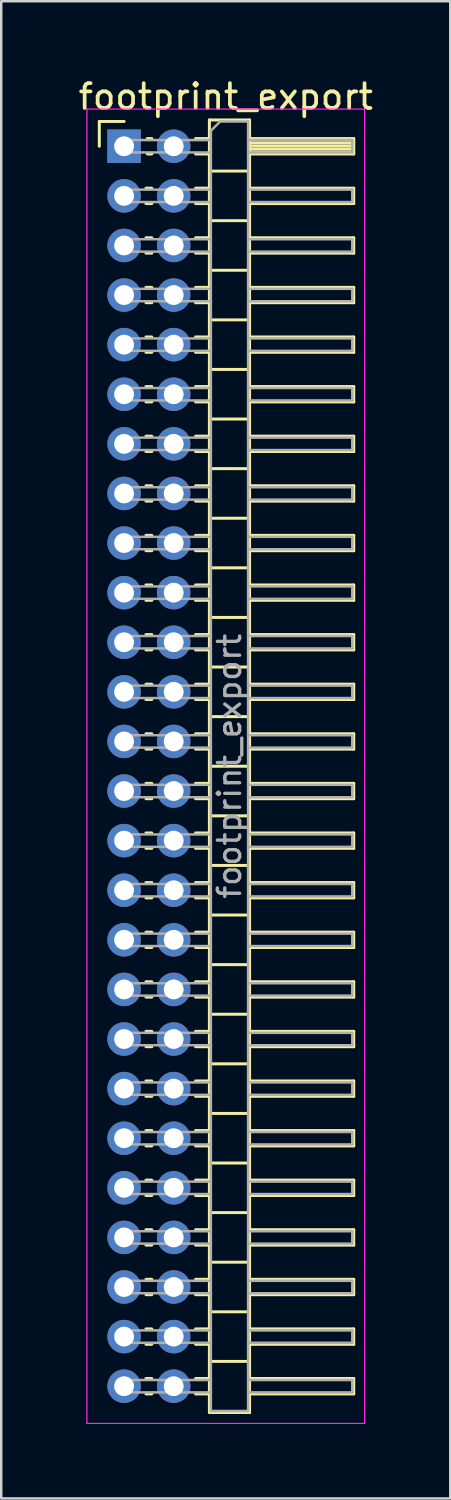
<source format=kicad_pcb>
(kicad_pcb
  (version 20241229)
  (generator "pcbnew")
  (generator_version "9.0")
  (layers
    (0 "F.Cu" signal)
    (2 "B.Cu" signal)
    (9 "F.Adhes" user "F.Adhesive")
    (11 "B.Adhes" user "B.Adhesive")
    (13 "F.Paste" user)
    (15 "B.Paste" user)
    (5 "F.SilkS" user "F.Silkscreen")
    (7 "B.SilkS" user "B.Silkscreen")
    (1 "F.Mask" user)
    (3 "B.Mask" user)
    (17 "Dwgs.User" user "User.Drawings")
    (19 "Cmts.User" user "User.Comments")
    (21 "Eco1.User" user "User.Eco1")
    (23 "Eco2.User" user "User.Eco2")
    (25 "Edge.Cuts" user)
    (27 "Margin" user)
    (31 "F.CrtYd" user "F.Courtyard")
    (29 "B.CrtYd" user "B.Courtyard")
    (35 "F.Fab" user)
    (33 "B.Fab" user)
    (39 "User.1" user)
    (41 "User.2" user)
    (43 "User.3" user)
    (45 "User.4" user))
  (footprint "footprint_export"
    (layer "F.Cu")
    (at 1.954 2.848)
    (property "Reference" "footprint_export" (at 4.1 -2 0) (layer "F.SilkS") (effects (font (size 1 1) (thickness 0.15))))
    (attr through_hole)
    (fp_line (start -1 -1) (end 0 -1) (stroke (width 0.12) (type solid)) (layer "F.SilkS"))
    (fp_line (start -1 0) (end -1 -1) (stroke (width 0.12) (type solid)) (layer "F.SilkS"))
    (fp_line (start 0.882 1.69) (end 1.118 1.69) (stroke (width 0.12) (type solid)) (layer "F.SilkS"))
    (fp_line (start 0.882 2.31) (end 1.118 2.31) (stroke (width 0.12) (type solid)) (layer "F.SilkS"))
    (fp_line (start 0.882 3.69) (end 1.118 3.69) (stroke (width 0.12) (type solid)) (layer "F.SilkS"))
    (fp_line (start 0.882 4.31) (end 1.118 4.31) (stroke (width 0.12) (type solid)) (layer "F.SilkS"))
    (fp_line (start 0.882 5.69) (end 1.118 5.69) (stroke (width 0.12) (type solid)) (layer "F.SilkS"))
    (fp_line (start 0.882 6.31) (end 1.118 6.31) (stroke (width 0.12) (type solid)) (layer "F.SilkS"))
    (fp_line (start 0.882 7.69) (end 1.118 7.69) (stroke (width 0.12) (type solid)) (layer "F.SilkS"))
    (fp_line (start 0.882 8.31) (end 1.118 8.31) (stroke (width 0.12) (type solid)) (layer "F.SilkS"))
    (fp_line (start 0.882 9.69) (end 1.118 9.69) (stroke (width 0.12) (type solid)) (layer "F.SilkS"))
    (fp_line (start 0.882 10.31) (end 1.118 10.31) (stroke (width 0.12) (type solid)) (layer "F.SilkS"))
    (fp_line (start 0.882 11.69) (end 1.118 11.69) (stroke (width 0.12) (type solid)) (layer "F.SilkS"))
    (fp_line (start 0.882 12.31) (end 1.118 12.31) (stroke (width 0.12) (type solid)) (layer "F.SilkS"))
    (fp_line (start 0.882 13.69) (end 1.118 13.69) (stroke (width 0.12) (type solid)) (layer "F.SilkS"))
    (fp_line (start 0.882 14.31) (end 1.118 14.31) (stroke (width 0.12) (type solid)) (layer "F.SilkS"))
    (fp_line (start 0.882 15.69) (end 1.118 15.69) (stroke (width 0.12) (type solid)) (layer "F.SilkS"))
    (fp_line (start 0.882 16.31) (end 1.118 16.31) (stroke (width 0.12) (type solid)) (layer "F.SilkS"))
    (fp_line (start 0.882 17.69) (end 1.118 17.69) (stroke (width 0.12) (type solid)) (layer "F.SilkS"))
    (fp_line (start 0.882 18.31) (end 1.118 18.31) (stroke (width 0.12) (type solid)) (layer "F.SilkS"))
    (fp_line (start 0.882 19.69) (end 1.118 19.69) (stroke (width 0.12) (type solid)) (layer "F.SilkS"))
    (fp_line (start 0.882 20.31) (end 1.118 20.31) (stroke (width 0.12) (type solid)) (layer "F.SilkS"))
    (fp_line (start 0.882 21.69) (end 1.118 21.69) (stroke (width 0.12) (type solid)) (layer "F.SilkS"))
    (fp_line (start 0.882 22.31) (end 1.118 22.31) (stroke (width 0.12) (type solid)) (layer "F.SilkS"))
    (fp_line (start 0.882 23.69) (end 1.118 23.69) (stroke (width 0.12) (type solid)) (layer "F.SilkS"))
    (fp_line (start 0.882 24.31) (end 1.118 24.31) (stroke (width 0.12) (type solid)) (layer "F.SilkS"))
    (fp_line (start 0.882 25.69) (end 1.118 25.69) (stroke (width 0.12) (type solid)) (layer "F.SilkS"))
    (fp_line (start 0.882 26.31) (end 1.118 26.31) (stroke (width 0.12) (type solid)) (layer "F.SilkS"))
    (fp_line (start 0.882 27.69) (end 1.118 27.69) (stroke (width 0.12) (type solid)) (layer "F.SilkS"))
    (fp_line (start 0.882 28.31) (end 1.118 28.31) (stroke (width 0.12) (type solid)) (layer "F.SilkS"))
    (fp_line (start 0.882 29.69) (end 1.118 29.69) (stroke (width 0.12) (type solid)) (layer "F.SilkS"))
    (fp_line (start 0.882 30.31) (end 1.118 30.31) (stroke (width 0.12) (type solid)) (layer "F.SilkS"))
    (fp_line (start 0.882 31.69) (end 1.118 31.69) (stroke (width 0.12) (type solid)) (layer "F.SilkS"))
    (fp_line (start 0.882 32.31) (end 1.118 32.31) (stroke (width 0.12) (type solid)) (layer "F.SilkS"))
    (fp_line (start 0.882 33.69) (end 1.118 33.69) (stroke (width 0.12) (type solid)) (layer "F.SilkS"))
    (fp_line (start 0.882 34.31) (end 1.118 34.31) (stroke (width 0.12) (type solid)) (layer "F.SilkS"))
    (fp_line (start 0.882 35.69) (end 1.118 35.69) (stroke (width 0.12) (type solid)) (layer "F.SilkS"))
    (fp_line (start 0.882 36.31) (end 1.118 36.31) (stroke (width 0.12) (type solid)) (layer "F.SilkS"))
    (fp_line (start 0.882 37.69) (end 1.118 37.69) (stroke (width 0.12) (type solid)) (layer "F.SilkS"))
    (fp_line (start 0.882 38.31) (end 1.118 38.31) (stroke (width 0.12) (type solid)) (layer "F.SilkS"))
    (fp_line (start 0.882 39.69) (end 1.118 39.69) (stroke (width 0.12) (type solid)) (layer "F.SilkS"))
    (fp_line (start 0.882 40.31) (end 1.118 40.31) (stroke (width 0.12) (type solid)) (layer "F.SilkS"))
    (fp_line (start 0.882 41.69) (end 1.118 41.69) (stroke (width 0.12) (type solid)) (layer "F.SilkS"))
    (fp_line (start 0.882 42.31) (end 1.118 42.31) (stroke (width 0.12) (type solid)) (layer "F.SilkS"))
    (fp_line (start 0.882 43.69) (end 1.118 43.69) (stroke (width 0.12) (type solid)) (layer "F.SilkS"))
    (fp_line (start 0.882 44.31) (end 1.118 44.31) (stroke (width 0.12) (type solid)) (layer "F.SilkS"))
    (fp_line (start 0.882 45.69) (end 1.118 45.69) (stroke (width 0.12) (type solid)) (layer "F.SilkS"))
    (fp_line (start 0.882 46.31) (end 1.118 46.31) (stroke (width 0.12) (type solid)) (layer "F.SilkS"))
    (fp_line (start 0.882 47.69) (end 1.118 47.69) (stroke (width 0.12) (type solid)) (layer "F.SilkS"))
    (fp_line (start 0.882 48.31) (end 1.118 48.31) (stroke (width 0.12) (type solid)) (layer "F.SilkS"))
    (fp_line (start 0.882 49.69) (end 1.118 49.69) (stroke (width 0.12) (type solid)) (layer "F.SilkS"))
    (fp_line (start 0.882 50.31) (end 1.118 50.31) (stroke (width 0.12) (type solid)) (layer "F.SilkS"))
    (fp_line (start 0.935 -0.31) (end 1.118 -0.31) (stroke (width 0.12) (type solid)) (layer "F.SilkS"))
    (fp_line (start 0.935 0.31) (end 1.118 0.31) (stroke (width 0.12) (type solid)) (layer "F.SilkS"))
    (fp_line (start 2.882 -0.31) (end 3.44 -0.31) (stroke (width 0.12) (type solid)) (layer "F.SilkS"))
    (fp_line (start 2.882 0.31) (end 3.44 0.31) (stroke (width 0.12) (type solid)) (layer "F.SilkS"))
    (fp_line (start 2.882 1.69) (end 3.44 1.69) (stroke (width 0.12) (type solid)) (layer "F.SilkS"))
    (fp_line (start 2.882 2.31) (end 3.44 2.31) (stroke (width 0.12) (type solid)) (layer "F.SilkS"))
    (fp_line (start 2.882 3.69) (end 3.44 3.69) (stroke (width 0.12) (type solid)) (layer "F.SilkS"))
    (fp_line (start 2.882 4.31) (end 3.44 4.31) (stroke (width 0.12) (type solid)) (layer "F.SilkS"))
    (fp_line (start 2.882 5.69) (end 3.44 5.69) (stroke (width 0.12) (type solid)) (layer "F.SilkS"))
    (fp_line (start 2.882 6.31) (end 3.44 6.31) (stroke (width 0.12) (type solid)) (layer "F.SilkS"))
    (fp_line (start 2.882 7.69) (end 3.44 7.69) (stroke (width 0.12) (type solid)) (layer "F.SilkS"))
    (fp_line (start 2.882 8.31) (end 3.44 8.31) (stroke (width 0.12) (type solid)) (layer "F.SilkS"))
    (fp_line (start 2.882 9.69) (end 3.44 9.69) (stroke (width 0.12) (type solid)) (layer "F.SilkS"))
    (fp_line (start 2.882 10.31) (end 3.44 10.31) (stroke (width 0.12) (type solid)) (layer "F.SilkS"))
    (fp_line (start 2.882 11.69) (end 3.44 11.69) (stroke (width 0.12) (type solid)) (layer "F.SilkS"))
    (fp_line (start 2.882 12.31) (end 3.44 12.31) (stroke (width 0.12) (type solid)) (layer "F.SilkS"))
    (fp_line (start 2.882 13.69) (end 3.44 13.69) (stroke (width 0.12) (type solid)) (layer "F.SilkS"))
    (fp_line (start 2.882 14.31) (end 3.44 14.31) (stroke (width 0.12) (type solid)) (layer "F.SilkS"))
    (fp_line (start 2.882 15.69) (end 3.44 15.69) (stroke (width 0.12) (type solid)) (layer "F.SilkS"))
    (fp_line (start 2.882 16.31) (end 3.44 16.31) (stroke (width 0.12) (type solid)) (layer "F.SilkS"))
    (fp_line (start 2.882 17.69) (end 3.44 17.69) (stroke (width 0.12) (type solid)) (layer "F.SilkS"))
    (fp_line (start 2.882 18.31) (end 3.44 18.31) (stroke (width 0.12) (type solid)) (layer "F.SilkS"))
    (fp_line (start 2.882 19.69) (end 3.44 19.69) (stroke (width 0.12) (type solid)) (layer "F.SilkS"))
    (fp_line (start 2.882 20.31) (end 3.44 20.31) (stroke (width 0.12) (type solid)) (layer "F.SilkS"))
    (fp_line (start 2.882 21.69) (end 3.44 21.69) (stroke (width 0.12) (type solid)) (layer "F.SilkS"))
    (fp_line (start 2.882 22.31) (end 3.44 22.31) (stroke (width 0.12) (type solid)) (layer "F.SilkS"))
    (fp_line (start 2.882 23.69) (end 3.44 23.69) (stroke (width 0.12) (type solid)) (layer "F.SilkS"))
    (fp_line (start 2.882 24.31) (end 3.44 24.31) (stroke (width 0.12) (type solid)) (layer "F.SilkS"))
    (fp_line (start 2.882 25.69) (end 3.44 25.69) (stroke (width 0.12) (type solid)) (layer "F.SilkS"))
    (fp_line (start 2.882 26.31) (end 3.44 26.31) (stroke (width 0.12) (type solid)) (layer "F.SilkS"))
    (fp_line (start 2.882 27.69) (end 3.44 27.69) (stroke (width 0.12) (type solid)) (layer "F.SilkS"))
    (fp_line (start 2.882 28.31) (end 3.44 28.31) (stroke (width 0.12) (type solid)) (layer "F.SilkS"))
    (fp_line (start 2.882 29.69) (end 3.44 29.69) (stroke (width 0.12) (type solid)) (layer "F.SilkS"))
    (fp_line (start 2.882 30.31) (end 3.44 30.31) (stroke (width 0.12) (type solid)) (layer "F.SilkS"))
    (fp_line (start 2.882 31.69) (end 3.44 31.69) (stroke (width 0.12) (type solid)) (layer "F.SilkS"))
    (fp_line (start 2.882 32.31) (end 3.44 32.31) (stroke (width 0.12) (type solid)) (layer "F.SilkS"))
    (fp_line (start 2.882 33.69) (end 3.44 33.69) (stroke (width 0.12) (type solid)) (layer "F.SilkS"))
    (fp_line (start 2.882 34.31) (end 3.44 34.31) (stroke (width 0.12) (type solid)) (layer "F.SilkS"))
    (fp_line (start 2.882 35.69) (end 3.44 35.69) (stroke (width 0.12) (type solid)) (layer "F.SilkS"))
    (fp_line (start 2.882 36.31) (end 3.44 36.31) (stroke (width 0.12) (type solid)) (layer "F.SilkS"))
    (fp_line (start 2.882 37.69) (end 3.44 37.69) (stroke (width 0.12) (type solid)) (layer "F.SilkS"))
    (fp_line (start 2.882 38.31) (end 3.44 38.31) (stroke (width 0.12) (type solid)) (layer "F.SilkS"))
    (fp_line (start 2.882 39.69) (end 3.44 39.69) (stroke (width 0.12) (type solid)) (layer "F.SilkS"))
    (fp_line (start 2.882 40.31) (end 3.44 40.31) (stroke (width 0.12) (type solid)) (layer "F.SilkS"))
    (fp_line (start 2.882 41.69) (end 3.44 41.69) (stroke (width 0.12) (type solid)) (layer "F.SilkS"))
    (fp_line (start 2.882 42.31) (end 3.44 42.31) (stroke (width 0.12) (type solid)) (layer "F.SilkS"))
    (fp_line (start 2.882 43.69) (end 3.44 43.69) (stroke (width 0.12) (type solid)) (layer "F.SilkS"))
    (fp_line (start 2.882 44.31) (end 3.44 44.31) (stroke (width 0.12) (type solid)) (layer "F.SilkS"))
    (fp_line (start 2.882 45.69) (end 3.44 45.69) (stroke (width 0.12) (type solid)) (layer "F.SilkS"))
    (fp_line (start 2.882 46.31) (end 3.44 46.31) (stroke (width 0.12) (type solid)) (layer "F.SilkS"))
    (fp_line (start 2.882 47.69) (end 3.44 47.69) (stroke (width 0.12) (type solid)) (layer "F.SilkS"))
    (fp_line (start 2.882 48.31) (end 3.44 48.31) (stroke (width 0.12) (type solid)) (layer "F.SilkS"))
    (fp_line (start 2.882 49.69) (end 3.44 49.69) (stroke (width 0.12) (type solid)) (layer "F.SilkS"))
    (fp_line (start 2.882 50.31) (end 3.44 50.31) (stroke (width 0.12) (type solid)) (layer "F.SilkS"))
    (fp_line (start 3.44 -1.06) (end 3.44 51.06) (stroke (width 0.12) (type solid)) (layer "F.SilkS"))
    (fp_line (start 3.44 1) (end 5.06 1) (stroke (width 0.12) (type solid)) (layer "F.SilkS"))
    (fp_line (start 3.44 3) (end 5.06 3) (stroke (width 0.12) (type solid)) (layer "F.SilkS"))
    (fp_line (start 3.44 5) (end 5.06 5) (stroke (width 0.12) (type solid)) (layer "F.SilkS"))
    (fp_line (start 3.44 7) (end 5.06 7) (stroke (width 0.12) (type solid)) (layer "F.SilkS"))
    (fp_line (start 3.44 9) (end 5.06 9) (stroke (width 0.12) (type solid)) (layer "F.SilkS"))
    (fp_line (start 3.44 11) (end 5.06 11) (stroke (width 0.12) (type solid)) (layer "F.SilkS"))
    (fp_line (start 3.44 13) (end 5.06 13) (stroke (width 0.12) (type solid)) (layer "F.SilkS"))
    (fp_line (start 3.44 15) (end 5.06 15) (stroke (width 0.12) (type solid)) (layer "F.SilkS"))
    (fp_line (start 3.44 17) (end 5.06 17) (stroke (width 0.12) (type solid)) (layer "F.SilkS"))
    (fp_line (start 3.44 19) (end 5.06 19) (stroke (width 0.12) (type solid)) (layer "F.SilkS"))
    (fp_line (start 3.44 21) (end 5.06 21) (stroke (width 0.12) (type solid)) (layer "F.SilkS"))
    (fp_line (start 3.44 23) (end 5.06 23) (stroke (width 0.12) (type solid)) (layer "F.SilkS"))
    (fp_line (start 3.44 25) (end 5.06 25) (stroke (width 0.12) (type solid)) (layer "F.SilkS"))
    (fp_line (start 3.44 27) (end 5.06 27) (stroke (width 0.12) (type solid)) (layer "F.SilkS"))
    (fp_line (start 3.44 29) (end 5.06 29) (stroke (width 0.12) (type solid)) (layer "F.SilkS"))
    (fp_line (start 3.44 31) (end 5.06 31) (stroke (width 0.12) (type solid)) (layer "F.SilkS"))
    (fp_line (start 3.44 33) (end 5.06 33) (stroke (width 0.12) (type solid)) (layer "F.SilkS"))
    (fp_line (start 3.44 35) (end 5.06 35) (stroke (width 0.12) (type solid)) (layer "F.SilkS"))
    (fp_line (start 3.44 37) (end 5.06 37) (stroke (width 0.12) (type solid)) (layer "F.SilkS"))
    (fp_line (start 3.44 39) (end 5.06 39) (stroke (width 0.12) (type solid)) (layer "F.SilkS"))
    (fp_line (start 3.44 41) (end 5.06 41) (stroke (width 0.12) (type solid)) (layer "F.SilkS"))
    (fp_line (start 3.44 43) (end 5.06 43) (stroke (width 0.12) (type solid)) (layer "F.SilkS"))
    (fp_line (start 3.44 45) (end 5.06 45) (stroke (width 0.12) (type solid)) (layer "F.SilkS"))
    (fp_line (start 3.44 47) (end 5.06 47) (stroke (width 0.12) (type solid)) (layer "F.SilkS"))
    (fp_line (start 3.44 49) (end 5.06 49) (stroke (width 0.12) (type solid)) (layer "F.SilkS"))
    (fp_line (start 3.44 51.06) (end 5.06 51.06) (stroke (width 0.12) (type solid)) (layer "F.SilkS"))
    (fp_line (start 5.06 -1.06) (end 3.44 -1.06) (stroke (width 0.12) (type solid)) (layer "F.SilkS"))
    (fp_line (start 5.06 -0.31) (end 9.26 -0.31) (stroke (width 0.12) (type solid)) (layer "F.SilkS"))
    (fp_line (start 5.06 -0.25) (end 9.26 -0.25) (stroke (width 0.12) (type solid)) (layer "F.SilkS"))
    (fp_line (start 5.06 -0.13) (end 9.26 -0.13) (stroke (width 0.12) (type solid)) (layer "F.SilkS"))
    (fp_line (start 5.06 -0.01) (end 9.26 -0.01) (stroke (width 0.12) (type solid)) (layer "F.SilkS"))
    (fp_line (start 5.06 0.11) (end 9.26 0.11) (stroke (width 0.12) (type solid)) (layer "F.SilkS"))
    (fp_line (start 5.06 0.23) (end 9.26 0.23) (stroke (width 0.12) (type solid)) (layer "F.SilkS"))
    (fp_line (start 5.06 1.69) (end 9.26 1.69) (stroke (width 0.12) (type solid)) (layer "F.SilkS"))
    (fp_line (start 5.06 3.69) (end 9.26 3.69) (stroke (width 0.12) (type solid)) (layer "F.SilkS"))
    (fp_line (start 5.06 5.69) (end 9.26 5.69) (stroke (width 0.12) (type solid)) (layer "F.SilkS"))
    (fp_line (start 5.06 7.69) (end 9.26 7.69) (stroke (width 0.12) (type solid)) (layer "F.SilkS"))
    (fp_line (start 5.06 9.69) (end 9.26 9.69) (stroke (width 0.12) (type solid)) (layer "F.SilkS"))
    (fp_line (start 5.06 11.69) (end 9.26 11.69) (stroke (width 0.12) (type solid)) (layer "F.SilkS"))
    (fp_line (start 5.06 13.69) (end 9.26 13.69) (stroke (width 0.12) (type solid)) (layer "F.SilkS"))
    (fp_line (start 5.06 15.69) (end 9.26 15.69) (stroke (width 0.12) (type solid)) (layer "F.SilkS"))
    (fp_line (start 5.06 17.69) (end 9.26 17.69) (stroke (width 0.12) (type solid)) (layer "F.SilkS"))
    (fp_line (start 5.06 19.69) (end 9.26 19.69) (stroke (width 0.12) (type solid)) (layer "F.SilkS"))
    (fp_line (start 5.06 21.69) (end 9.26 21.69) (stroke (width 0.12) (type solid)) (layer "F.SilkS"))
    (fp_line (start 5.06 23.69) (end 9.26 23.69) (stroke (width 0.12) (type solid)) (layer "F.SilkS"))
    (fp_line (start 5.06 25.69) (end 9.26 25.69) (stroke (width 0.12) (type solid)) (layer "F.SilkS"))
    (fp_line (start 5.06 27.69) (end 9.26 27.69) (stroke (width 0.12) (type solid)) (layer "F.SilkS"))
    (fp_line (start 5.06 29.69) (end 9.26 29.69) (stroke (width 0.12) (type solid)) (layer "F.SilkS"))
    (fp_line (start 5.06 31.69) (end 9.26 31.69) (stroke (width 0.12) (type solid)) (layer "F.SilkS"))
    (fp_line (start 5.06 33.69) (end 9.26 33.69) (stroke (width 0.12) (type solid)) (layer "F.SilkS"))
    (fp_line (start 5.06 35.69) (end 9.26 35.69) (stroke (width 0.12) (type solid)) (layer "F.SilkS"))
    (fp_line (start 5.06 37.69) (end 9.26 37.69) (stroke (width 0.12) (type solid)) (layer "F.SilkS"))
    (fp_line (start 5.06 39.69) (end 9.26 39.69) (stroke (width 0.12) (type solid)) (layer "F.SilkS"))
    (fp_line (start 5.06 41.69) (end 9.26 41.69) (stroke (width 0.12) (type solid)) (layer "F.SilkS"))
    (fp_line (start 5.06 43.69) (end 9.26 43.69) (stroke (width 0.12) (type solid)) (layer "F.SilkS"))
    (fp_line (start 5.06 45.69) (end 9.26 45.69) (stroke (width 0.12) (type solid)) (layer "F.SilkS"))
    (fp_line (start 5.06 47.69) (end 9.26 47.69) (stroke (width 0.12) (type solid)) (layer "F.SilkS"))
    (fp_line (start 5.06 49.69) (end 9.26 49.69) (stroke (width 0.12) (type solid)) (layer "F.SilkS"))
    (fp_line (start 5.06 51.06) (end 5.06 -1.06) (stroke (width 0.12) (type solid)) (layer "F.SilkS"))
    (fp_line (start 9.26 -0.31) (end 9.26 0.31) (stroke (width 0.12) (type solid)) (layer "F.SilkS"))
    (fp_line (start 9.26 0.31) (end 5.06 0.31) (stroke (width 0.12) (type solid)) (layer "F.SilkS"))
    (fp_line (start 9.26 1.69) (end 9.26 2.31) (stroke (width 0.12) (type solid)) (layer "F.SilkS"))
    (fp_line (start 9.26 2.31) (end 5.06 2.31) (stroke (width 0.12) (type solid)) (layer "F.SilkS"))
    (fp_line (start 9.26 3.69) (end 9.26 4.31) (stroke (width 0.12) (type solid)) (layer "F.SilkS"))
    (fp_line (start 9.26 4.31) (end 5.06 4.31) (stroke (width 0.12) (type solid)) (layer "F.SilkS"))
    (fp_line (start 9.26 5.69) (end 9.26 6.31) (stroke (width 0.12) (type solid)) (layer "F.SilkS"))
    (fp_line (start 9.26 6.31) (end 5.06 6.31) (stroke (width 0.12) (type solid)) (layer "F.SilkS"))
    (fp_line (start 9.26 7.69) (end 9.26 8.31) (stroke (width 0.12) (type solid)) (layer "F.SilkS"))
    (fp_line (start 9.26 8.31) (end 5.06 8.31) (stroke (width 0.12) (type solid)) (layer "F.SilkS"))
    (fp_line (start 9.26 9.69) (end 9.26 10.31) (stroke (width 0.12) (type solid)) (layer "F.SilkS"))
    (fp_line (start 9.26 10.31) (end 5.06 10.31) (stroke (width 0.12) (type solid)) (layer "F.SilkS"))
    (fp_line (start 9.26 11.69) (end 9.26 12.31) (stroke (width 0.12) (type solid)) (layer "F.SilkS"))
    (fp_line (start 9.26 12.31) (end 5.06 12.31) (stroke (width 0.12) (type solid)) (layer "F.SilkS"))
    (fp_line (start 9.26 13.69) (end 9.26 14.31) (stroke (width 0.12) (type solid)) (layer "F.SilkS"))
    (fp_line (start 9.26 14.31) (end 5.06 14.31) (stroke (width 0.12) (type solid)) (layer "F.SilkS"))
    (fp_line (start 9.26 15.69) (end 9.26 16.31) (stroke (width 0.12) (type solid)) (layer "F.SilkS"))
    (fp_line (start 9.26 16.31) (end 5.06 16.31) (stroke (width 0.12) (type solid)) (layer "F.SilkS"))
    (fp_line (start 9.26 17.69) (end 9.26 18.31) (stroke (width 0.12) (type solid)) (layer "F.SilkS"))
    (fp_line (start 9.26 18.31) (end 5.06 18.31) (stroke (width 0.12) (type solid)) (layer "F.SilkS"))
    (fp_line (start 9.26 19.69) (end 9.26 20.31) (stroke (width 0.12) (type solid)) (layer "F.SilkS"))
    (fp_line (start 9.26 20.31) (end 5.06 20.31) (stroke (width 0.12) (type solid)) (layer "F.SilkS"))
    (fp_line (start 9.26 21.69) (end 9.26 22.31) (stroke (width 0.12) (type solid)) (layer "F.SilkS"))
    (fp_line (start 9.26 22.31) (end 5.06 22.31) (stroke (width 0.12) (type solid)) (layer "F.SilkS"))
    (fp_line (start 9.26 23.69) (end 9.26 24.31) (stroke (width 0.12) (type solid)) (layer "F.SilkS"))
    (fp_line (start 9.26 24.31) (end 5.06 24.31) (stroke (width 0.12) (type solid)) (layer "F.SilkS"))
    (fp_line (start 9.26 25.69) (end 9.26 26.31) (stroke (width 0.12) (type solid)) (layer "F.SilkS"))
    (fp_line (start 9.26 26.31) (end 5.06 26.31) (stroke (width 0.12) (type solid)) (layer "F.SilkS"))
    (fp_line (start 9.26 27.69) (end 9.26 28.31) (stroke (width 0.12) (type solid)) (layer "F.SilkS"))
    (fp_line (start 9.26 28.31) (end 5.06 28.31) (stroke (width 0.12) (type solid)) (layer "F.SilkS"))
    (fp_line (start 9.26 29.69) (end 9.26 30.31) (stroke (width 0.12) (type solid)) (layer "F.SilkS"))
    (fp_line (start 9.26 30.31) (end 5.06 30.31) (stroke (width 0.12) (type solid)) (layer "F.SilkS"))
    (fp_line (start 9.26 31.69) (end 9.26 32.31) (stroke (width 0.12) (type solid)) (layer "F.SilkS"))
    (fp_line (start 9.26 32.31) (end 5.06 32.31) (stroke (width 0.12) (type solid)) (layer "F.SilkS"))
    (fp_line (start 9.26 33.69) (end 9.26 34.31) (stroke (width 0.12) (type solid)) (layer "F.SilkS"))
    (fp_line (start 9.26 34.31) (end 5.06 34.31) (stroke (width 0.12) (type solid)) (layer "F.SilkS"))
    (fp_line (start 9.26 35.69) (end 9.26 36.31) (stroke (width 0.12) (type solid)) (layer "F.SilkS"))
    (fp_line (start 9.26 36.31) (end 5.06 36.31) (stroke (width 0.12) (type solid)) (layer "F.SilkS"))
    (fp_line (start 9.26 37.69) (end 9.26 38.31) (stroke (width 0.12) (type solid)) (layer "F.SilkS"))
    (fp_line (start 9.26 38.31) (end 5.06 38.31) (stroke (width 0.12) (type solid)) (layer "F.SilkS"))
    (fp_line (start 9.26 39.69) (end 9.26 40.31) (stroke (width 0.12) (type solid)) (layer "F.SilkS"))
    (fp_line (start 9.26 40.31) (end 5.06 40.31) (stroke (width 0.12) (type solid)) (layer "F.SilkS"))
    (fp_line (start 9.26 41.69) (end 9.26 42.31) (stroke (width 0.12) (type solid)) (layer "F.SilkS"))
    (fp_line (start 9.26 42.31) (end 5.06 42.31) (stroke (width 0.12) (type solid)) (layer "F.SilkS"))
    (fp_line (start 9.26 43.69) (end 9.26 44.31) (stroke (width 0.12) (type solid)) (layer "F.SilkS"))
    (fp_line (start 9.26 44.31) (end 5.06 44.31) (stroke (width 0.12) (type solid)) (layer "F.SilkS"))
    (fp_line (start 9.26 45.69) (end 9.26 46.31) (stroke (width 0.12) (type solid)) (layer "F.SilkS"))
    (fp_line (start 9.26 46.31) (end 5.06 46.31) (stroke (width 0.12) (type solid)) (layer "F.SilkS"))
    (fp_line (start 9.26 47.69) (end 9.26 48.31) (stroke (width 0.12) (type solid)) (layer "F.SilkS"))
    (fp_line (start 9.26 48.31) (end 5.06 48.31) (stroke (width 0.12) (type solid)) (layer "F.SilkS"))
    (fp_line (start 9.26 49.69) (end 9.26 50.31) (stroke (width 0.12) (type solid)) (layer "F.SilkS"))
    (fp_line (start 9.26 50.31) (end 5.06 50.31) (stroke (width 0.12) (type solid)) (layer "F.SilkS"))
    (fp_line (start -1.5 -1.5) (end -1.5 51.5) (stroke (width 0.05) (type solid)) (layer "F.CrtYd"))
    (fp_line (start -1.5 51.5) (end 9.7 51.5) (stroke (width 0.05) (type solid)) (layer "F.CrtYd"))
    (fp_line (start 9.7 -1.5) (end -1.5 -1.5) (stroke (width 0.05) (type solid)) (layer "F.CrtYd"))
    (fp_line (start 9.7 51.5) (end 9.7 -1.5) (stroke (width 0.05) (type solid)) (layer "F.CrtYd"))
    (fp_line (start -0.25 -0.25) (end -0.25 0.25) (stroke (width 0.1) (type solid)) (layer "F.Fab"))
    (fp_line (start -0.25 -0.25) (end 3.5 -0.25) (stroke (width 0.1) (type solid)) (layer "F.Fab"))
    (fp_line (start -0.25 0.25) (end 3.5 0.25) (stroke (width 0.1) (type solid)) (layer "F.Fab"))
    (fp_line (start -0.25 1.75) (end -0.25 2.25) (stroke (width 0.1) (type solid)) (layer "F.Fab"))
    (fp_line (start -0.25 1.75) (end 3.5 1.75) (stroke (width 0.1) (type solid)) (layer "F.Fab"))
    (fp_line (start -0.25 2.25) (end 3.5 2.25) (stroke (width 0.1) (type solid)) (layer "F.Fab"))
    (fp_line (start -0.25 3.75) (end -0.25 4.25) (stroke (width 0.1) (type solid)) (layer "F.Fab"))
    (fp_line (start -0.25 3.75) (end 3.5 3.75) (stroke (width 0.1) (type solid)) (layer "F.Fab"))
    (fp_line (start -0.25 4.25) (end 3.5 4.25) (stroke (width 0.1) (type solid)) (layer "F.Fab"))
    (fp_line (start -0.25 5.75) (end -0.25 6.25) (stroke (width 0.1) (type solid)) (layer "F.Fab"))
    (fp_line (start -0.25 5.75) (end 3.5 5.75) (stroke (width 0.1) (type solid)) (layer "F.Fab"))
    (fp_line (start -0.25 6.25) (end 3.5 6.25) (stroke (width 0.1) (type solid)) (layer "F.Fab"))
    (fp_line (start -0.25 7.75) (end -0.25 8.25) (stroke (width 0.1) (type solid)) (layer "F.Fab"))
    (fp_line (start -0.25 7.75) (end 3.5 7.75) (stroke (width 0.1) (type solid)) (layer "F.Fab"))
    (fp_line (start -0.25 8.25) (end 3.5 8.25) (stroke (width 0.1) (type solid)) (layer "F.Fab"))
    (fp_line (start -0.25 9.75) (end -0.25 10.25) (stroke (width 0.1) (type solid)) (layer "F.Fab"))
    (fp_line (start -0.25 9.75) (end 3.5 9.75) (stroke (width 0.1) (type solid)) (layer "F.Fab"))
    (fp_line (start -0.25 10.25) (end 3.5 10.25) (stroke (width 0.1) (type solid)) (layer "F.Fab"))
    (fp_line (start -0.25 11.75) (end -0.25 12.25) (stroke (width 0.1) (type solid)) (layer "F.Fab"))
    (fp_line (start -0.25 11.75) (end 3.5 11.75) (stroke (width 0.1) (type solid)) (layer "F.Fab"))
    (fp_line (start -0.25 12.25) (end 3.5 12.25) (stroke (width 0.1) (type solid)) (layer "F.Fab"))
    (fp_line (start -0.25 13.75) (end -0.25 14.25) (stroke (width 0.1) (type solid)) (layer "F.Fab"))
    (fp_line (start -0.25 13.75) (end 3.5 13.75) (stroke (width 0.1) (type solid)) (layer "F.Fab"))
    (fp_line (start -0.25 14.25) (end 3.5 14.25) (stroke (width 0.1) (type solid)) (layer "F.Fab"))
    (fp_line (start -0.25 15.75) (end -0.25 16.25) (stroke (width 0.1) (type solid)) (layer "F.Fab"))
    (fp_line (start -0.25 15.75) (end 3.5 15.75) (stroke (width 0.1) (type solid)) (layer "F.Fab"))
    (fp_line (start -0.25 16.25) (end 3.5 16.25) (stroke (width 0.1) (type solid)) (layer "F.Fab"))
    (fp_line (start -0.25 17.75) (end -0.25 18.25) (stroke (width 0.1) (type solid)) (layer "F.Fab"))
    (fp_line (start -0.25 17.75) (end 3.5 17.75) (stroke (width 0.1) (type solid)) (layer "F.Fab"))
    (fp_line (start -0.25 18.25) (end 3.5 18.25) (stroke (width 0.1) (type solid)) (layer "F.Fab"))
    (fp_line (start -0.25 19.75) (end -0.25 20.25) (stroke (width 0.1) (type solid)) (layer "F.Fab"))
    (fp_line (start -0.25 19.75) (end 3.5 19.75) (stroke (width 0.1) (type solid)) (layer "F.Fab"))
    (fp_line (start -0.25 20.25) (end 3.5 20.25) (stroke (width 0.1) (type solid)) (layer "F.Fab"))
    (fp_line (start -0.25 21.75) (end -0.25 22.25) (stroke (width 0.1) (type solid)) (layer "F.Fab"))
    (fp_line (start -0.25 21.75) (end 3.5 21.75) (stroke (width 0.1) (type solid)) (layer "F.Fab"))
    (fp_line (start -0.25 22.25) (end 3.5 22.25) (stroke (width 0.1) (type solid)) (layer "F.Fab"))
    (fp_line (start -0.25 23.75) (end -0.25 24.25) (stroke (width 0.1) (type solid)) (layer "F.Fab"))
    (fp_line (start -0.25 23.75) (end 3.5 23.75) (stroke (width 0.1) (type solid)) (layer "F.Fab"))
    (fp_line (start -0.25 24.25) (end 3.5 24.25) (stroke (width 0.1) (type solid)) (layer "F.Fab"))
    (fp_line (start -0.25 25.75) (end -0.25 26.25) (stroke (width 0.1) (type solid)) (layer "F.Fab"))
    (fp_line (start -0.25 25.75) (end 3.5 25.75) (stroke (width 0.1) (type solid)) (layer "F.Fab"))
    (fp_line (start -0.25 26.25) (end 3.5 26.25) (stroke (width 0.1) (type solid)) (layer "F.Fab"))
    (fp_line (start -0.25 27.75) (end -0.25 28.25) (stroke (width 0.1) (type solid)) (layer "F.Fab"))
    (fp_line (start -0.25 27.75) (end 3.5 27.75) (stroke (width 0.1) (type solid)) (layer "F.Fab"))
    (fp_line (start -0.25 28.25) (end 3.5 28.25) (stroke (width 0.1) (type solid)) (layer "F.Fab"))
    (fp_line (start -0.25 29.75) (end -0.25 30.25) (stroke (width 0.1) (type solid)) (layer "F.Fab"))
    (fp_line (start -0.25 29.75) (end 3.5 29.75) (stroke (width 0.1) (type solid)) (layer "F.Fab"))
    (fp_line (start -0.25 30.25) (end 3.5 30.25) (stroke (width 0.1) (type solid)) (layer "F.Fab"))
    (fp_line (start -0.25 31.75) (end -0.25 32.25) (stroke (width 0.1) (type solid)) (layer "F.Fab"))
    (fp_line (start -0.25 31.75) (end 3.5 31.75) (stroke (width 0.1) (type solid)) (layer "F.Fab"))
    (fp_line (start -0.25 32.25) (end 3.5 32.25) (stroke (width 0.1) (type solid)) (layer "F.Fab"))
    (fp_line (start -0.25 33.75) (end -0.25 34.25) (stroke (width 0.1) (type solid)) (layer "F.Fab"))
    (fp_line (start -0.25 33.75) (end 3.5 33.75) (stroke (width 0.1) (type solid)) (layer "F.Fab"))
    (fp_line (start -0.25 34.25) (end 3.5 34.25) (stroke (width 0.1) (type solid)) (layer "F.Fab"))
    (fp_line (start -0.25 35.75) (end -0.25 36.25) (stroke (width 0.1) (type solid)) (layer "F.Fab"))
    (fp_line (start -0.25 35.75) (end 3.5 35.75) (stroke (width 0.1) (type solid)) (layer "F.Fab"))
    (fp_line (start -0.25 36.25) (end 3.5 36.25) (stroke (width 0.1) (type solid)) (layer "F.Fab"))
    (fp_line (start -0.25 37.75) (end -0.25 38.25) (stroke (width 0.1) (type solid)) (layer "F.Fab"))
    (fp_line (start -0.25 37.75) (end 3.5 37.75) (stroke (width 0.1) (type solid)) (layer "F.Fab"))
    (fp_line (start -0.25 38.25) (end 3.5 38.25) (stroke (width 0.1) (type solid)) (layer "F.Fab"))
    (fp_line (start -0.25 39.75) (end -0.25 40.25) (stroke (width 0.1) (type solid)) (layer "F.Fab"))
    (fp_line (start -0.25 39.75) (end 3.5 39.75) (stroke (width 0.1) (type solid)) (layer "F.Fab"))
    (fp_line (start -0.25 40.25) (end 3.5 40.25) (stroke (width 0.1) (type solid)) (layer "F.Fab"))
    (fp_line (start -0.25 41.75) (end -0.25 42.25) (stroke (width 0.1) (type solid)) (layer "F.Fab"))
    (fp_line (start -0.25 41.75) (end 3.5 41.75) (stroke (width 0.1) (type solid)) (layer "F.Fab"))
    (fp_line (start -0.25 42.25) (end 3.5 42.25) (stroke (width 0.1) (type solid)) (layer "F.Fab"))
    (fp_line (start -0.25 43.75) (end -0.25 44.25) (stroke (width 0.1) (type solid)) (layer "F.Fab"))
    (fp_line (start -0.25 43.75) (end 3.5 43.75) (stroke (width 0.1) (type solid)) (layer "F.Fab"))
    (fp_line (start -0.25 44.25) (end 3.5 44.25) (stroke (width 0.1) (type solid)) (layer "F.Fab"))
    (fp_line (start -0.25 45.75) (end -0.25 46.25) (stroke (width 0.1) (type solid)) (layer "F.Fab"))
    (fp_line (start -0.25 45.75) (end 3.5 45.75) (stroke (width 0.1) (type solid)) (layer "F.Fab"))
    (fp_line (start -0.25 46.25) (end 3.5 46.25) (stroke (width 0.1) (type solid)) (layer "F.Fab"))
    (fp_line (start -0.25 47.75) (end -0.25 48.25) (stroke (width 0.1) (type solid)) (layer "F.Fab"))
    (fp_line (start -0.25 47.75) (end 3.5 47.75) (stroke (width 0.1) (type solid)) (layer "F.Fab"))
    (fp_line (start -0.25 48.25) (end 3.5 48.25) (stroke (width 0.1) (type solid)) (layer "F.Fab"))
    (fp_line (start -0.25 49.75) (end -0.25 50.25) (stroke (width 0.1) (type solid)) (layer "F.Fab"))
    (fp_line (start -0.25 49.75) (end 3.5 49.75) (stroke (width 0.1) (type solid)) (layer "F.Fab"))
    (fp_line (start -0.25 50.25) (end 3.5 50.25) (stroke (width 0.1) (type solid)) (layer "F.Fab"))
    (fp_line (start 3.5 -0.625) (end 3.875 -1) (stroke (width 0.1) (type solid)) (layer "F.Fab"))
    (fp_line (start 3.5 51) (end 3.5 -0.625) (stroke (width 0.1) (type solid)) (layer "F.Fab"))
    (fp_line (start 3.875 -1) (end 5 -1) (stroke (width 0.1) (type solid)) (layer "F.Fab"))
    (fp_line (start 5 -1) (end 5 51) (stroke (width 0.1) (type solid)) (layer "F.Fab"))
    (fp_line (start 5 -0.25) (end 9.2 -0.25) (stroke (width 0.1) (type solid)) (layer "F.Fab"))
    (fp_line (start 5 0.25) (end 9.2 0.25) (stroke (width 0.1) (type solid)) (layer "F.Fab"))
    (fp_line (start 5 1.75) (end 9.2 1.75) (stroke (width 0.1) (type solid)) (layer "F.Fab"))
    (fp_line (start 5 2.25) (end 9.2 2.25) (stroke (width 0.1) (type solid)) (layer "F.Fab"))
    (fp_line (start 5 3.75) (end 9.2 3.75) (stroke (width 0.1) (type solid)) (layer "F.Fab"))
    (fp_line (start 5 4.25) (end 9.2 4.25) (stroke (width 0.1) (type solid)) (layer "F.Fab"))
    (fp_line (start 5 5.75) (end 9.2 5.75) (stroke (width 0.1) (type solid)) (layer "F.Fab"))
    (fp_line (start 5 6.25) (end 9.2 6.25) (stroke (width 0.1) (type solid)) (layer "F.Fab"))
    (fp_line (start 5 7.75) (end 9.2 7.75) (stroke (width 0.1) (type solid)) (layer "F.Fab"))
    (fp_line (start 5 8.25) (end 9.2 8.25) (stroke (width 0.1) (type solid)) (layer "F.Fab"))
    (fp_line (start 5 9.75) (end 9.2 9.75) (stroke (width 0.1) (type solid)) (layer "F.Fab"))
    (fp_line (start 5 10.25) (end 9.2 10.25) (stroke (width 0.1) (type solid)) (layer "F.Fab"))
    (fp_line (start 5 11.75) (end 9.2 11.75) (stroke (width 0.1) (type solid)) (layer "F.Fab"))
    (fp_line (start 5 12.25) (end 9.2 12.25) (stroke (width 0.1) (type solid)) (layer "F.Fab"))
    (fp_line (start 5 13.75) (end 9.2 13.75) (stroke (width 0.1) (type solid)) (layer "F.Fab"))
    (fp_line (start 5 14.25) (end 9.2 14.25) (stroke (width 0.1) (type solid)) (layer "F.Fab"))
    (fp_line (start 5 15.75) (end 9.2 15.75) (stroke (width 0.1) (type solid)) (layer "F.Fab"))
    (fp_line (start 5 16.25) (end 9.2 16.25) (stroke (width 0.1) (type solid)) (layer "F.Fab"))
    (fp_line (start 5 17.75) (end 9.2 17.75) (stroke (width 0.1) (type solid)) (layer "F.Fab"))
    (fp_line (start 5 18.25) (end 9.2 18.25) (stroke (width 0.1) (type solid)) (layer "F.Fab"))
    (fp_line (start 5 19.75) (end 9.2 19.75) (stroke (width 0.1) (type solid)) (layer "F.Fab"))
    (fp_line (start 5 20.25) (end 9.2 20.25) (stroke (width 0.1) (type solid)) (layer "F.Fab"))
    (fp_line (start 5 21.75) (end 9.2 21.75) (stroke (width 0.1) (type solid)) (layer "F.Fab"))
    (fp_line (start 5 22.25) (end 9.2 22.25) (stroke (width 0.1) (type solid)) (layer "F.Fab"))
    (fp_line (start 5 23.75) (end 9.2 23.75) (stroke (width 0.1) (type solid)) (layer "F.Fab"))
    (fp_line (start 5 24.25) (end 9.2 24.25) (stroke (width 0.1) (type solid)) (layer "F.Fab"))
    (fp_line (start 5 25.75) (end 9.2 25.75) (stroke (width 0.1) (type solid)) (layer "F.Fab"))
    (fp_line (start 5 26.25) (end 9.2 26.25) (stroke (width 0.1) (type solid)) (layer "F.Fab"))
    (fp_line (start 5 27.75) (end 9.2 27.75) (stroke (width 0.1) (type solid)) (layer "F.Fab"))
    (fp_line (start 5 28.25) (end 9.2 28.25) (stroke (width 0.1) (type solid)) (layer "F.Fab"))
    (fp_line (start 5 29.75) (end 9.2 29.75) (stroke (width 0.1) (type solid)) (layer "F.Fab"))
    (fp_line (start 5 30.25) (end 9.2 30.25) (stroke (width 0.1) (type solid)) (layer "F.Fab"))
    (fp_line (start 5 31.75) (end 9.2 31.75) (stroke (width 0.1) (type solid)) (layer "F.Fab"))
    (fp_line (start 5 32.25) (end 9.2 32.25) (stroke (width 0.1) (type solid)) (layer "F.Fab"))
    (fp_line (start 5 33.75) (end 9.2 33.75) (stroke (width 0.1) (type solid)) (layer "F.Fab"))
    (fp_line (start 5 34.25) (end 9.2 34.25) (stroke (width 0.1) (type solid)) (layer "F.Fab"))
    (fp_line (start 5 35.75) (end 9.2 35.75) (stroke (width 0.1) (type solid)) (layer "F.Fab"))
    (fp_line (start 5 36.25) (end 9.2 36.25) (stroke (width 0.1) (type solid)) (layer "F.Fab"))
    (fp_line (start 5 37.75) (end 9.2 37.75) (stroke (width 0.1) (type solid)) (layer "F.Fab"))
    (fp_line (start 5 38.25) (end 9.2 38.25) (stroke (width 0.1) (type solid)) (layer "F.Fab"))
    (fp_line (start 5 39.75) (end 9.2 39.75) (stroke (width 0.1) (type solid)) (layer "F.Fab"))
    (fp_line (start 5 40.25) (end 9.2 40.25) (stroke (width 0.1) (type solid)) (layer "F.Fab"))
    (fp_line (start 5 41.75) (end 9.2 41.75) (stroke (width 0.1) (type solid)) (layer "F.Fab"))
    (fp_line (start 5 42.25) (end 9.2 42.25) (stroke (width 0.1) (type solid)) (layer "F.Fab"))
    (fp_line (start 5 43.75) (end 9.2 43.75) (stroke (width 0.1) (type solid)) (layer "F.Fab"))
    (fp_line (start 5 44.25) (end 9.2 44.25) (stroke (width 0.1) (type solid)) (layer "F.Fab"))
    (fp_line (start 5 45.75) (end 9.2 45.75) (stroke (width 0.1) (type solid)) (layer "F.Fab"))
    (fp_line (start 5 46.25) (end 9.2 46.25) (stroke (width 0.1) (type solid)) (layer "F.Fab"))
    (fp_line (start 5 47.75) (end 9.2 47.75) (stroke (width 0.1) (type solid)) (layer "F.Fab"))
    (fp_line (start 5 48.25) (end 9.2 48.25) (stroke (width 0.1) (type solid)) (layer "F.Fab"))
    (fp_line (start 5 49.75) (end 9.2 49.75) (stroke (width 0.1) (type solid)) (layer "F.Fab"))
    (fp_line (start 5 50.25) (end 9.2 50.25) (stroke (width 0.1) (type solid)) (layer "F.Fab"))
    (fp_line (start 5 51) (end 3.5 51) (stroke (width 0.1) (type solid)) (layer "F.Fab"))
    (fp_line (start 9.2 -0.25) (end 9.2 0.25) (stroke (width 0.1) (type solid)) (layer "F.Fab"))
    (fp_line (start 9.2 1.75) (end 9.2 2.25) (stroke (width 0.1) (type solid)) (layer "F.Fab"))
    (fp_line (start 9.2 3.75) (end 9.2 4.25) (stroke (width 0.1) (type solid)) (layer "F.Fab"))
    (fp_line (start 9.2 5.75) (end 9.2 6.25) (stroke (width 0.1) (type solid)) (layer "F.Fab"))
    (fp_line (start 9.2 7.75) (end 9.2 8.25) (stroke (width 0.1) (type solid)) (layer "F.Fab"))
    (fp_line (start 9.2 9.75) (end 9.2 10.25) (stroke (width 0.1) (type solid)) (layer "F.Fab"))
    (fp_line (start 9.2 11.75) (end 9.2 12.25) (stroke (width 0.1) (type solid)) (layer "F.Fab"))
    (fp_line (start 9.2 13.75) (end 9.2 14.25) (stroke (width 0.1) (type solid)) (layer "F.Fab"))
    (fp_line (start 9.2 15.75) (end 9.2 16.25) (stroke (width 0.1) (type solid)) (layer "F.Fab"))
    (fp_line (start 9.2 17.75) (end 9.2 18.25) (stroke (width 0.1) (type solid)) (layer "F.Fab"))
    (fp_line (start 9.2 19.75) (end 9.2 20.25) (stroke (width 0.1) (type solid)) (layer "F.Fab"))
    (fp_line (start 9.2 21.75) (end 9.2 22.25) (stroke (width 0.1) (type solid)) (layer "F.Fab"))
    (fp_line (start 9.2 23.75) (end 9.2 24.25) (stroke (width 0.1) (type solid)) (layer "F.Fab"))
    (fp_line (start 9.2 25.75) (end 9.2 26.25) (stroke (width 0.1) (type solid)) (layer "F.Fab"))
    (fp_line (start 9.2 27.75) (end 9.2 28.25) (stroke (width 0.1) (type solid)) (layer "F.Fab"))
    (fp_line (start 9.2 29.75) (end 9.2 30.25) (stroke (width 0.1) (type solid)) (layer "F.Fab"))
    (fp_line (start 9.2 31.75) (end 9.2 32.25) (stroke (width 0.1) (type solid)) (layer "F.Fab"))
    (fp_line (start 9.2 33.75) (end 9.2 34.25) (stroke (width 0.1) (type solid)) (layer "F.Fab"))
    (fp_line (start 9.2 35.75) (end 9.2 36.25) (stroke (width 0.1) (type solid)) (layer "F.Fab"))
    (fp_line (start 9.2 37.75) (end 9.2 38.25) (stroke (width 0.1) (type solid)) (layer "F.Fab"))
    (fp_line (start 9.2 39.75) (end 9.2 40.25) (stroke (width 0.1) (type solid)) (layer "F.Fab"))
    (fp_line (start 9.2 41.75) (end 9.2 42.25) (stroke (width 0.1) (type solid)) (layer "F.Fab"))
    (fp_line (start 9.2 43.75) (end 9.2 44.25) (stroke (width 0.1) (type solid)) (layer "F.Fab"))
    (fp_line (start 9.2 45.75) (end 9.2 46.25) (stroke (width 0.1) (type solid)) (layer "F.Fab"))
    (fp_line (start 9.2 47.75) (end 9.2 48.25) (stroke (width 0.1) (type solid)) (layer "F.Fab"))
    (fp_line (start 9.2 49.75) (end 9.2 50.25) (stroke (width 0.1) (type solid)) (layer "F.Fab"))
    (fp_text user "${REFERENCE}" (at 4.25 25 90) (layer "F.Fab") (effects (font (size 0.9 0.9) (thickness 0.135))))
    (pad "1" thru_hole rect (at 0 0) (size 1.35 1.35) (drill 0.8) (layers "*.Cu" "*.Mask"))
    (pad "2" thru_hole oval (at 2 0) (size 1.35 1.35) (drill 0.8) (layers "*.Cu" "*.Mask"))
    (pad "3" thru_hole oval (at 0 2) (size 1.35 1.35) (drill 0.8) (layers "*.Cu" "*.Mask"))
    (pad "4" thru_hole oval (at 2 2) (size 1.35 1.35) (drill 0.8) (layers "*.Cu" "*.Mask"))
    (pad "5" thru_hole oval (at 0 4) (size 1.35 1.35) (drill 0.8) (layers "*.Cu" "*.Mask"))
    (pad "6" thru_hole oval (at 2 4) (size 1.35 1.35) (drill 0.8) (layers "*.Cu" "*.Mask"))
    (pad "7" thru_hole oval (at 0 6) (size 1.35 1.35) (drill 0.8) (layers "*.Cu" "*.Mask"))
    (pad "8" thru_hole oval (at 2 6) (size 1.35 1.35) (drill 0.8) (layers "*.Cu" "*.Mask"))
    (pad "9" thru_hole oval (at 0 8) (size 1.35 1.35) (drill 0.8) (layers "*.Cu" "*.Mask"))
    (pad "10" thru_hole oval (at 2 8) (size 1.35 1.35) (drill 0.8) (layers "*.Cu" "*.Mask"))
    (pad "11" thru_hole oval (at 0 10) (size 1.35 1.35) (drill 0.8) (layers "*.Cu" "*.Mask"))
    (pad "12" thru_hole oval (at 2 10) (size 1.35 1.35) (drill 0.8) (layers "*.Cu" "*.Mask"))
    (pad "13" thru_hole oval (at 0 12) (size 1.35 1.35) (drill 0.8) (layers "*.Cu" "*.Mask"))
    (pad "14" thru_hole oval (at 2 12) (size 1.35 1.35) (drill 0.8) (layers "*.Cu" "*.Mask"))
    (pad "15" thru_hole oval (at 0 14) (size 1.35 1.35) (drill 0.8) (layers "*.Cu" "*.Mask"))
    (pad "16" thru_hole oval (at 2 14) (size 1.35 1.35) (drill 0.8) (layers "*.Cu" "*.Mask"))
    (pad "17" thru_hole oval (at 0 16) (size 1.35 1.35) (drill 0.8) (layers "*.Cu" "*.Mask"))
    (pad "18" thru_hole oval (at 2 16) (size 1.35 1.35) (drill 0.8) (layers "*.Cu" "*.Mask"))
    (pad "19" thru_hole oval (at 0 18) (size 1.35 1.35) (drill 0.8) (layers "*.Cu" "*.Mask"))
    (pad "20" thru_hole oval (at 2 18) (size 1.35 1.35) (drill 0.8) (layers "*.Cu" "*.Mask"))
    (pad "21" thru_hole oval (at 0 20) (size 1.35 1.35) (drill 0.8) (layers "*.Cu" "*.Mask"))
    (pad "22" thru_hole oval (at 2 20) (size 1.35 1.35) (drill 0.8) (layers "*.Cu" "*.Mask"))
    (pad "23" thru_hole oval (at 0 22) (size 1.35 1.35) (drill 0.8) (layers "*.Cu" "*.Mask"))
    (pad "24" thru_hole oval (at 2 22) (size 1.35 1.35) (drill 0.8) (layers "*.Cu" "*.Mask"))
    (pad "25" thru_hole oval (at 0 24) (size 1.35 1.35) (drill 0.8) (layers "*.Cu" "*.Mask"))
    (pad "26" thru_hole oval (at 2 24) (size 1.35 1.35) (drill 0.8) (layers "*.Cu" "*.Mask"))
    (pad "27" thru_hole oval (at 0 26) (size 1.35 1.35) (drill 0.8) (layers "*.Cu" "*.Mask"))
    (pad "28" thru_hole oval (at 2 26) (size 1.35 1.35) (drill 0.8) (layers "*.Cu" "*.Mask"))
    (pad "29" thru_hole oval (at 0 28) (size 1.35 1.35) (drill 0.8) (layers "*.Cu" "*.Mask"))
    (pad "30" thru_hole oval (at 2 28) (size 1.35 1.35) (drill 0.8) (layers "*.Cu" "*.Mask"))
    (pad "31" thru_hole oval (at 0 30) (size 1.35 1.35) (drill 0.8) (layers "*.Cu" "*.Mask"))
    (pad "32" thru_hole oval (at 2 30) (size 1.35 1.35) (drill 0.8) (layers "*.Cu" "*.Mask"))
    (pad "33" thru_hole oval (at 0 32) (size 1.35 1.35) (drill 0.8) (layers "*.Cu" "*.Mask"))
    (pad "34" thru_hole oval (at 2 32) (size 1.35 1.35) (drill 0.8) (layers "*.Cu" "*.Mask"))
    (pad "35" thru_hole oval (at 0 34) (size 1.35 1.35) (drill 0.8) (layers "*.Cu" "*.Mask"))
    (pad "36" thru_hole oval (at 2 34) (size 1.35 1.35) (drill 0.8) (layers "*.Cu" "*.Mask"))
    (pad "37" thru_hole oval (at 0 36) (size 1.35 1.35) (drill 0.8) (layers "*.Cu" "*.Mask"))
    (pad "38" thru_hole oval (at 2 36) (size 1.35 1.35) (drill 0.8) (layers "*.Cu" "*.Mask"))
    (pad "39" thru_hole oval (at 0 38) (size 1.35 1.35) (drill 0.8) (layers "*.Cu" "*.Mask"))
    (pad "40" thru_hole oval (at 2 38) (size 1.35 1.35) (drill 0.8) (layers "*.Cu" "*.Mask"))
    (pad "41" thru_hole oval (at 0 40) (size 1.35 1.35) (drill 0.8) (layers "*.Cu" "*.Mask"))
    (pad "42" thru_hole oval (at 2 40) (size 1.35 1.35) (drill 0.8) (layers "*.Cu" "*.Mask"))
    (pad "43" thru_hole oval (at 0 42) (size 1.35 1.35) (drill 0.8) (layers "*.Cu" "*.Mask"))
    (pad "44" thru_hole oval (at 2 42) (size 1.35 1.35) (drill 0.8) (layers "*.Cu" "*.Mask"))
    (pad "45" thru_hole oval (at 0 44) (size 1.35 1.35) (drill 0.8) (layers "*.Cu" "*.Mask"))
    (pad "46" thru_hole oval (at 2 44) (size 1.35 1.35) (drill 0.8) (layers "*.Cu" "*.Mask"))
    (pad "47" thru_hole oval (at 0 46) (size 1.35 1.35) (drill 0.8) (layers "*.Cu" "*.Mask"))
    (pad "48" thru_hole oval (at 2 46) (size 1.35 1.35) (drill 0.8) (layers "*.Cu" "*.Mask"))
    (pad "49" thru_hole oval (at 0 48) (size 1.35 1.35) (drill 0.8) (layers "*.Cu" "*.Mask"))
    (pad "50" thru_hole oval (at 2 48) (size 1.35 1.35) (drill 0.8) (layers "*.Cu" "*.Mask"))
    (pad "51" thru_hole oval (at 0 50) (size 1.35 1.35) (drill 0.8) (layers "*.Cu" "*.Mask"))
    (pad "52" thru_hole oval (at 2 50) (size 1.35 1.35) (drill 0.8) (layers "*.Cu" "*.Mask")))
  (gr_rect
    (start -3 -3)
    (end 15.107 57.373)
    (stroke (width 0.1) (type default))
    (fill no)
    (layer "Edge.Cuts")))
</source>
